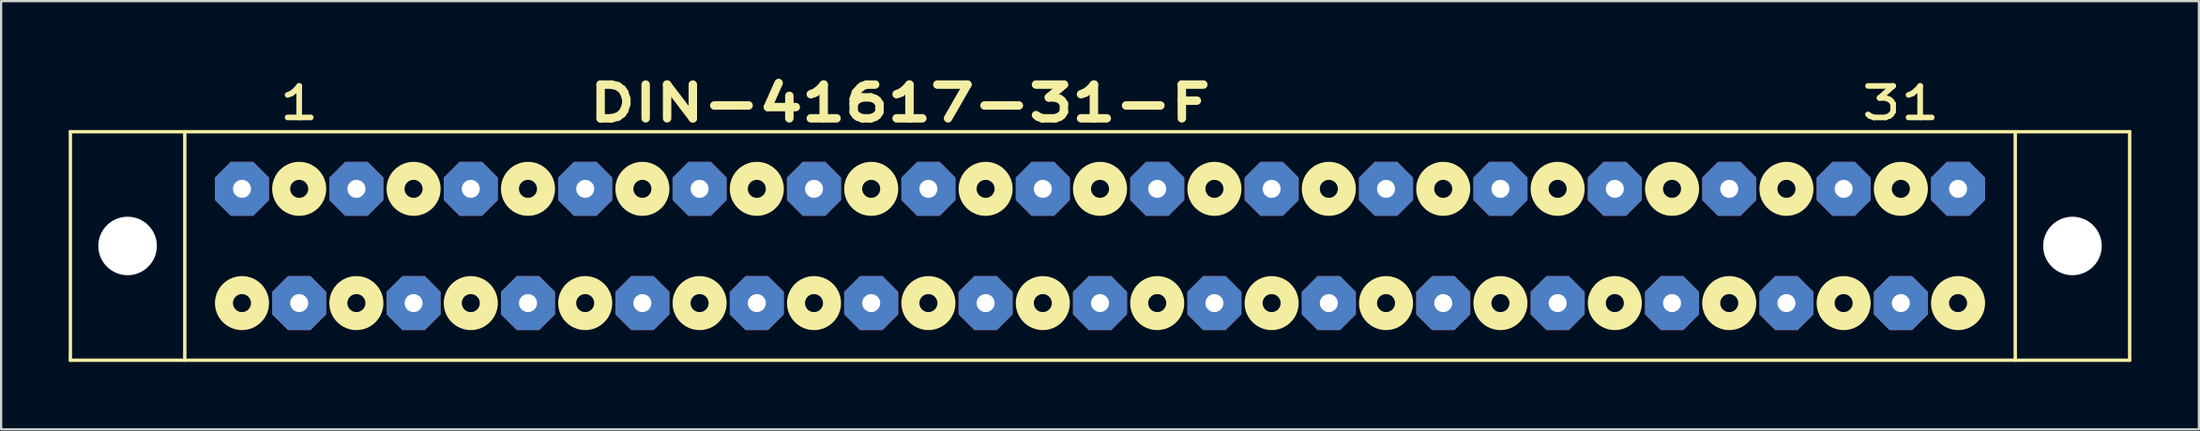
<source format=kicad_pcb>
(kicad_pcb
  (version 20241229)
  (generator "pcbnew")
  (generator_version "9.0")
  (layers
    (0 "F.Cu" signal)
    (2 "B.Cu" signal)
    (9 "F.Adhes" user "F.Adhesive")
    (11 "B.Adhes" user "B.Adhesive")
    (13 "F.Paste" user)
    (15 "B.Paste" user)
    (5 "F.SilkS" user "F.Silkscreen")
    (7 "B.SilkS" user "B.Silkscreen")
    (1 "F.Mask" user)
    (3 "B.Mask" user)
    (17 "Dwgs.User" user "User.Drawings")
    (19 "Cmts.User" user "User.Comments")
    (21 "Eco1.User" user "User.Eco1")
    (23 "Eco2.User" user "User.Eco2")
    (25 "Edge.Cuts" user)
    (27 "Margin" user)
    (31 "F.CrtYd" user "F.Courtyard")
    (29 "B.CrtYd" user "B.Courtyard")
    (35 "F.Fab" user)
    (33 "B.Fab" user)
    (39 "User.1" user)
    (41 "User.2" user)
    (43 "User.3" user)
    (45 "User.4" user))
  (footprint "DIN-41617-31-F"
    (layer "F.Cu")
    (at 15.315 5.346)
    (property "Reference" "DIN-41617-31-F" (at 21.59 -3.81 0) (layer "F.SilkS") (effects (font (size 1.5 2) (thickness 0.375))))
    (attr through_hole)
    (fp_line (start -15.24 -2.54) (end -15.24 7.62) (stroke (width 0.15) (type solid)) (layer "F.SilkS"))
    (fp_line (start -15.24 7.62) (end 76.2 7.62) (stroke (width 0.15) (type solid)) (layer "F.SilkS"))
    (fp_line (start -10.16 -2.54) (end -10.16 7.62) (stroke (width 0.15) (type solid)) (layer "F.SilkS"))
    (fp_line (start 71.12 -2.54) (end 71.12 7.62) (stroke (width 0.15) (type solid)) (layer "F.SilkS"))
    (fp_line (start 76.2 -2.54) (end -15.24 -2.54) (stroke (width 0.15) (type solid)) (layer "F.SilkS"))
    (fp_line (start 76.2 7.62) (end 76.2 -2.54) (stroke (width 0.15) (type solid)) (layer "F.SilkS"))
    (fp_circle (center -7.62 5.08) (end -6.82 5.08) (stroke (width 0.8) (type solid)) (fill no) (layer "F.SilkS"))
    (fp_circle (center -5.08 0) (end -4.28 0) (stroke (width 0.8) (type solid)) (fill no) (layer "F.SilkS"))
    (fp_circle (center -2.54 5.08) (end -1.74 5.08) (stroke (width 0.8) (type solid)) (fill no) (layer "F.SilkS"))
    (fp_circle (center 0 0) (end 0.8 0) (stroke (width 0.8) (type solid)) (fill no) (layer "F.SilkS"))
    (fp_circle (center 2.54 5.08) (end 3.34 5.08) (stroke (width 0.8) (type solid)) (fill no) (layer "F.SilkS"))
    (fp_circle (center 5.08 0) (end 5.88 0) (stroke (width 0.8) (type solid)) (fill no) (layer "F.SilkS"))
    (fp_circle (center 7.62 5.08) (end 8.42 5.08) (stroke (width 0.8) (type solid)) (fill no) (layer "F.SilkS"))
    (fp_circle (center 10.16 0) (end 10.96 0) (stroke (width 0.8) (type solid)) (fill no) (layer "F.SilkS"))
    (fp_circle (center 12.7 5.08) (end 13.5 5.08) (stroke (width 0.8) (type solid)) (fill no) (layer "F.SilkS"))
    (fp_circle (center 15.24 0) (end 16.04 0) (stroke (width 0.8) (type solid)) (fill no) (layer "F.SilkS"))
    (fp_circle (center 17.78 5.08) (end 18.58 5.08) (stroke (width 0.8) (type solid)) (fill no) (layer "F.SilkS"))
    (fp_circle (center 20.32 0) (end 21.12 0) (stroke (width 0.8) (type solid)) (fill no) (layer "F.SilkS"))
    (fp_circle (center 22.86 5.08) (end 23.66 5.08) (stroke (width 0.8) (type solid)) (fill no) (layer "F.SilkS"))
    (fp_circle (center 25.4 0) (end 26.2 0) (stroke (width 0.8) (type solid)) (fill no) (layer "F.SilkS"))
    (fp_circle (center 27.94 5.08) (end 28.74 5.08) (stroke (width 0.8) (type solid)) (fill no) (layer "F.SilkS"))
    (fp_circle (center 30.48 0) (end 31.28 0) (stroke (width 0.8) (type solid)) (fill no) (layer "F.SilkS"))
    (fp_circle (center 33.02 5.08) (end 33.82 5.08) (stroke (width 0.8) (type solid)) (fill no) (layer "F.SilkS"))
    (fp_circle (center 35.56 0) (end 36.36 0) (stroke (width 0.8) (type solid)) (fill no) (layer "F.SilkS"))
    (fp_circle (center 38.1 5.08) (end 38.9 5.08) (stroke (width 0.8) (type solid)) (fill no) (layer "F.SilkS"))
    (fp_circle (center 40.64 0) (end 41.44 0) (stroke (width 0.8) (type solid)) (fill no) (layer "F.SilkS"))
    (fp_circle (center 43.18 5.08) (end 43.98 5.08) (stroke (width 0.8) (type solid)) (fill no) (layer "F.SilkS"))
    (fp_circle (center 45.72 0) (end 46.52 0) (stroke (width 0.8) (type solid)) (fill no) (layer "F.SilkS"))
    (fp_circle (center 48.26 5.08) (end 49.06 5.08) (stroke (width 0.8) (type solid)) (fill no) (layer "F.SilkS"))
    (fp_circle (center 50.8 0) (end 51.6 0) (stroke (width 0.8) (type solid)) (fill no) (layer "F.SilkS"))
    (fp_circle (center 53.34 5.08) (end 54.14 5.08) (stroke (width 0.8) (type solid)) (fill no) (layer "F.SilkS"))
    (fp_circle (center 55.88 0) (end 56.68 0) (stroke (width 0.8) (type solid)) (fill no) (layer "F.SilkS"))
    (fp_circle (center 58.42 5.08) (end 59.22 5.08) (stroke (width 0.8) (type solid)) (fill no) (layer "F.SilkS"))
    (fp_circle (center 60.96 0) (end 61.76 0) (stroke (width 0.8) (type solid)) (fill no) (layer "F.SilkS"))
    (fp_circle (center 63.5 5.08) (end 64.3 5.08) (stroke (width 0.8) (type solid)) (fill no) (layer "F.SilkS"))
    (fp_circle (center 66.04 0) (end 66.84 0) (stroke (width 0.8) (type solid)) (fill no) (layer "F.SilkS"))
    (fp_circle (center 68.58 5.08) (end 69.38 5.08) (stroke (width 0.8) (type solid)) (fill no) (layer "F.SilkS"))
    (fp_text user "1" (at -5.08 -3.81 0) (layer "F.SilkS") (effects (font (size 1.4 1.8) (thickness 0.25))))
    (fp_text user "31" (at 66.04 -3.81 0) (layer "F.SilkS") (effects (font (size 1.4 1.8) (thickness 0.25))))
    (pad "" np_thru_hole circle (at -12.7 2.54) (size 2.6 2.6) (drill 2.6) (layers "*.Cu" "*.Mask"))
    (pad "" np_thru_hole circle (at 73.66 2.54) (size 2.6 2.6) (drill 2.6) (layers "*.Cu" "*.Mask"))
    (pad "1" thru_hole custom (at -7.62 0) (size 1.524 1.524) (drill 0.8) (layers "*.Cu" "*.Mask") (options (anchor rect)) (primitives (gr_poly (pts (xy -1.2 0.5) (xy -1.2 -0.5) (xy -0.5 -1.2) (xy 0.5 -1.2) (xy 1.2 -0.5) (xy 1.2 0.5) (xy 0.5 1.2) (xy -0.5 1.2)) (width 0) (fill yes))))
    (pad "2" thru_hole custom (at -5.08 5.08) (size 1.524 1.524) (drill 0.8) (layers "*.Cu" "*.Mask") (options (anchor rect)) (primitives (gr_poly (pts (xy -1.2 0.5) (xy -1.2 -0.5) (xy -0.5 -1.2) (xy 0.5 -1.2) (xy 1.2 -0.5) (xy 1.2 0.5) (xy 0.5 1.2) (xy -0.5 1.2)) (width 0) (fill yes))))
    (pad "3" thru_hole custom (at -2.54 0) (size 1.524 1.524) (drill 0.8) (layers "*.Cu" "*.Mask") (options (anchor rect)) (primitives (gr_poly (pts (xy -1.2 0.5) (xy -1.2 -0.5) (xy -0.5 -1.2) (xy 0.5 -1.2) (xy 1.2 -0.5) (xy 1.2 0.5) (xy 0.5 1.2) (xy -0.5 1.2)) (width 0) (fill yes))))
    (pad "4" thru_hole custom (at 0 5.08) (size 1.524 1.524) (drill 0.8) (layers "*.Cu" "*.Mask") (options (anchor rect)) (primitives (gr_poly (pts (xy -1.2 0.5) (xy -1.2 -0.5) (xy -0.5 -1.2) (xy 0.5 -1.2) (xy 1.2 -0.5) (xy 1.2 0.5) (xy 0.5 1.2) (xy -0.5 1.2)) (width 0) (fill yes))))
    (pad "5" thru_hole custom (at 2.54 0) (size 1.524 1.524) (drill 0.8) (layers "*.Cu" "*.Mask") (options (anchor rect)) (primitives (gr_poly (pts (xy -1.2 0.5) (xy -1.2 -0.5) (xy -0.5 -1.2) (xy 0.5 -1.2) (xy 1.2 -0.5) (xy 1.2 0.5) (xy 0.5 1.2) (xy -0.5 1.2)) (width 0) (fill yes))))
    (pad "6" thru_hole custom (at 5.08 5.08) (size 1.524 1.524) (drill 0.8) (layers "*.Cu" "*.Mask") (options (anchor rect)) (primitives (gr_poly (pts (xy -1.2 0.5) (xy -1.2 -0.5) (xy -0.5 -1.2) (xy 0.5 -1.2) (xy 1.2 -0.5) (xy 1.2 0.5) (xy 0.5 1.2) (xy -0.5 1.2)) (width 0) (fill yes))))
    (pad "7" thru_hole custom (at 7.62 0) (size 1.524 1.524) (drill 0.8) (layers "*.Cu" "*.Mask") (options (anchor rect)) (primitives (gr_poly (pts (xy -1.2 0.5) (xy -1.2 -0.5) (xy -0.5 -1.2) (xy 0.5 -1.2) (xy 1.2 -0.5) (xy 1.2 0.5) (xy 0.5 1.2) (xy -0.5 1.2)) (width 0) (fill yes))))
    (pad "8" thru_hole custom (at 10.16 5.08) (size 1.524 1.524) (drill 0.8) (layers "*.Cu" "*.Mask") (options (anchor rect)) (primitives (gr_poly (pts (xy -1.2 0.5) (xy -1.2 -0.5) (xy -0.5 -1.2) (xy 0.5 -1.2) (xy 1.2 -0.5) (xy 1.2 0.5) (xy 0.5 1.2) (xy -0.5 1.2)) (width 0) (fill yes))))
    (pad "9" thru_hole custom (at 12.7 0) (size 1.524 1.524) (drill 0.8) (layers "*.Cu" "*.Mask") (options (anchor rect)) (primitives (gr_poly (pts (xy -1.2 0.5) (xy -1.2 -0.5) (xy -0.5 -1.2) (xy 0.5 -1.2) (xy 1.2 -0.5) (xy 1.2 0.5) (xy 0.5 1.2) (xy -0.5 1.2)) (width 0) (fill yes))))
    (pad "10" thru_hole custom (at 15.24 5.08) (size 1.524 1.524) (drill 0.8) (layers "*.Cu" "*.Mask") (options (anchor rect)) (primitives (gr_poly (pts (xy -1.2 0.5) (xy -1.2 -0.5) (xy -0.5 -1.2) (xy 0.5 -1.2) (xy 1.2 -0.5) (xy 1.2 0.5) (xy 0.5 1.2) (xy -0.5 1.2)) (width 0) (fill yes))))
    (pad "11" thru_hole custom (at 17.78 0) (size 1.524 1.524) (drill 0.8) (layers "*.Cu" "*.Mask") (options (anchor rect)) (primitives (gr_poly (pts (xy -1.2 0.5) (xy -1.2 -0.5) (xy -0.5 -1.2) (xy 0.5 -1.2) (xy 1.2 -0.5) (xy 1.2 0.5) (xy 0.5 1.2) (xy -0.5 1.2)) (width 0) (fill yes))))
    (pad "12" thru_hole custom (at 20.32 5.08) (size 1.524 1.524) (drill 0.8) (layers "*.Cu" "*.Mask") (options (anchor rect)) (primitives (gr_poly (pts (xy -1.2 0.5) (xy -1.2 -0.5) (xy -0.5 -1.2) (xy 0.5 -1.2) (xy 1.2 -0.5) (xy 1.2 0.5) (xy 0.5 1.2) (xy -0.5 1.2)) (width 0) (fill yes))))
    (pad "13" thru_hole custom (at 22.86 0) (size 1.524 1.524) (drill 0.8) (layers "*.Cu" "*.Mask") (options (anchor rect)) (primitives (gr_poly (pts (xy -1.2 0.5) (xy -1.2 -0.5) (xy -0.5 -1.2) (xy 0.5 -1.2) (xy 1.2 -0.5) (xy 1.2 0.5) (xy 0.5 1.2) (xy -0.5 1.2)) (width 0) (fill yes))))
    (pad "14" thru_hole custom (at 25.4 5.08) (size 1.524 1.524) (drill 0.8) (layers "*.Cu" "*.Mask") (options (anchor rect)) (primitives (gr_poly (pts (xy -1.2 0.5) (xy -1.2 -0.5) (xy -0.5 -1.2) (xy 0.5 -1.2) (xy 1.2 -0.5) (xy 1.2 0.5) (xy 0.5 1.2) (xy -0.5 1.2)) (width 0) (fill yes))))
    (pad "15" thru_hole custom (at 27.94 0) (size 1.524 1.524) (drill 0.8) (layers "*.Cu" "*.Mask") (options (anchor rect)) (primitives (gr_poly (pts (xy -1.2 0.5) (xy -1.2 -0.5) (xy -0.5 -1.2) (xy 0.5 -1.2) (xy 1.2 -0.5) (xy 1.2 0.5) (xy 0.5 1.2) (xy -0.5 1.2)) (width 0) (fill yes))))
    (pad "16" thru_hole custom (at 30.48 5.08) (size 1.524 1.524) (drill 0.8) (layers "*.Cu" "*.Mask") (options (anchor rect)) (primitives (gr_poly (pts (xy -1.2 0.5) (xy -1.2 -0.5) (xy -0.5 -1.2) (xy 0.5 -1.2) (xy 1.2 -0.5) (xy 1.2 0.5) (xy 0.5 1.2) (xy -0.5 1.2)) (width 0) (fill yes))))
    (pad "17" thru_hole custom (at 33.02 0) (size 1.524 1.524) (drill 0.8) (layers "*.Cu" "*.Mask") (options (anchor rect)) (primitives (gr_poly (pts (xy -1.2 0.5) (xy -1.2 -0.5) (xy -0.5 -1.2) (xy 0.5 -1.2) (xy 1.2 -0.5) (xy 1.2 0.5) (xy 0.5 1.2) (xy -0.5 1.2)) (width 0) (fill yes))))
    (pad "18" thru_hole custom (at 35.56 5.08) (size 1.524 1.524) (drill 0.8) (layers "*.Cu" "*.Mask") (options (anchor rect)) (primitives (gr_poly (pts (xy -1.2 0.5) (xy -1.2 -0.5) (xy -0.5 -1.2) (xy 0.5 -1.2) (xy 1.2 -0.5) (xy 1.2 0.5) (xy 0.5 1.2) (xy -0.5 1.2)) (width 0) (fill yes))))
    (pad "19" thru_hole custom (at 38.1 0) (size 1.524 1.524) (drill 0.8) (layers "*.Cu" "*.Mask") (options (anchor rect)) (primitives (gr_poly (pts (xy -1.2 0.5) (xy -1.2 -0.5) (xy -0.5 -1.2) (xy 0.5 -1.2) (xy 1.2 -0.5) (xy 1.2 0.5) (xy 0.5 1.2) (xy -0.5 1.2)) (width 0) (fill yes))))
    (pad "20" thru_hole custom (at 40.64 5.08) (size 1.524 1.524) (drill 0.8) (layers "*.Cu" "*.Mask") (options (anchor rect)) (primitives (gr_poly (pts (xy -1.2 0.5) (xy -1.2 -0.5) (xy -0.5 -1.2) (xy 0.5 -1.2) (xy 1.2 -0.5) (xy 1.2 0.5) (xy 0.5 1.2) (xy -0.5 1.2)) (width 0) (fill yes))))
    (pad "21" thru_hole custom (at 43.18 0) (size 1.524 1.524) (drill 0.8) (layers "*.Cu" "*.Mask") (options (anchor rect)) (primitives (gr_poly (pts (xy -1.2 0.5) (xy -1.2 -0.5) (xy -0.5 -1.2) (xy 0.5 -1.2) (xy 1.2 -0.5) (xy 1.2 0.5) (xy 0.5 1.2) (xy -0.5 1.2)) (width 0) (fill yes))))
    (pad "22" thru_hole custom (at 45.72 5.08) (size 1.524 1.524) (drill 0.8) (layers "*.Cu" "*.Mask") (options (anchor rect)) (primitives (gr_poly (pts (xy -1.2 0.5) (xy -1.2 -0.5) (xy -0.5 -1.2) (xy 0.5 -1.2) (xy 1.2 -0.5) (xy 1.2 0.5) (xy 0.5 1.2) (xy -0.5 1.2)) (width 0) (fill yes))))
    (pad "23" thru_hole custom (at 48.26 0) (size 1.524 1.524) (drill 0.8) (layers "*.Cu" "*.Mask") (options (anchor rect)) (primitives (gr_poly (pts (xy -1.2 0.5) (xy -1.2 -0.5) (xy -0.5 -1.2) (xy 0.5 -1.2) (xy 1.2 -0.5) (xy 1.2 0.5) (xy 0.5 1.2) (xy -0.5 1.2)) (width 0) (fill yes))))
    (pad "24" thru_hole custom (at 50.8 5.08) (size 1.524 1.524) (drill 0.8) (layers "*.Cu" "*.Mask") (options (anchor rect)) (primitives (gr_poly (pts (xy -1.2 0.5) (xy -1.2 -0.5) (xy -0.5 -1.2) (xy 0.5 -1.2) (xy 1.2 -0.5) (xy 1.2 0.5) (xy 0.5 1.2) (xy -0.5 1.2)) (width 0) (fill yes))))
    (pad "25" thru_hole custom (at 53.34 0) (size 1.524 1.524) (drill 0.8) (layers "*.Cu" "*.Mask") (options (anchor rect)) (primitives (gr_poly (pts (xy -1.2 0.5) (xy -1.2 -0.5) (xy -0.5 -1.2) (xy 0.5 -1.2) (xy 1.2 -0.5) (xy 1.2 0.5) (xy 0.5 1.2) (xy -0.5 1.2)) (width 0) (fill yes))))
    (pad "26" thru_hole custom (at 55.88 5.08) (size 1.524 1.524) (drill 0.8) (layers "*.Cu" "*.Mask") (options (anchor rect)) (primitives (gr_poly (pts (xy -1.2 0.5) (xy -1.2 -0.5) (xy -0.5 -1.2) (xy 0.5 -1.2) (xy 1.2 -0.5) (xy 1.2 0.5) (xy 0.5 1.2) (xy -0.5 1.2)) (width 0) (fill yes))))
    (pad "27" thru_hole custom (at 58.42 0) (size 1.524 1.524) (drill 0.8) (layers "*.Cu" "*.Mask") (options (anchor rect)) (primitives (gr_poly (pts (xy -1.2 0.5) (xy -1.2 -0.5) (xy -0.5 -1.2) (xy 0.5 -1.2) (xy 1.2 -0.5) (xy 1.2 0.5) (xy 0.5 1.2) (xy -0.5 1.2)) (width 0) (fill yes))))
    (pad "28" thru_hole custom (at 60.96 5.08) (size 1.524 1.524) (drill 0.8) (layers "*.Cu" "*.Mask") (options (anchor rect)) (primitives (gr_poly (pts (xy -1.2 0.5) (xy -1.2 -0.5) (xy -0.5 -1.2) (xy 0.5 -1.2) (xy 1.2 -0.5) (xy 1.2 0.5) (xy 0.5 1.2) (xy -0.5 1.2)) (width 0) (fill yes))))
    (pad "29" thru_hole custom (at 63.5 0) (size 1.524 1.524) (drill 0.8) (layers "*.Cu" "*.Mask") (options (anchor rect)) (primitives (gr_poly (pts (xy -1.2 0.5) (xy -1.2 -0.5) (xy -0.5 -1.2) (xy 0.5 -1.2) (xy 1.2 -0.5) (xy 1.2 0.5) (xy 0.5 1.2) (xy -0.5 1.2)) (width 0) (fill yes))))
    (pad "30" thru_hole custom (at 66.04 5.08) (size 1.524 1.524) (drill 0.8) (layers "*.Cu" "*.Mask") (options (anchor rect)) (primitives (gr_poly (pts (xy -1.2 0.5) (xy -1.2 -0.5) (xy -0.5 -1.2) (xy 0.5 -1.2) (xy 1.2 -0.5) (xy 1.2 0.5) (xy 0.5 1.2) (xy -0.5 1.2)) (width 0) (fill yes))))
    (pad "31" thru_hole custom (at 68.58 0) (size 1.524 1.524) (drill 0.8) (layers "*.Cu" "*.Mask") (options (anchor rect)) (primitives (gr_poly (pts (xy -1.2 0.5) (xy -1.2 -0.5) (xy -0.5 -1.2) (xy 0.5 -1.2) (xy 1.2 -0.5) (xy 1.2 0.5) (xy 0.5 1.2) (xy -0.5 1.2)) (width 0) (fill yes)))))
  (gr_rect
    (start -3 -3)
    (end 94.59 16.041)
    (stroke (width 0.1) (type default))
    (fill no)
    (layer "Edge.Cuts")))
</source>
